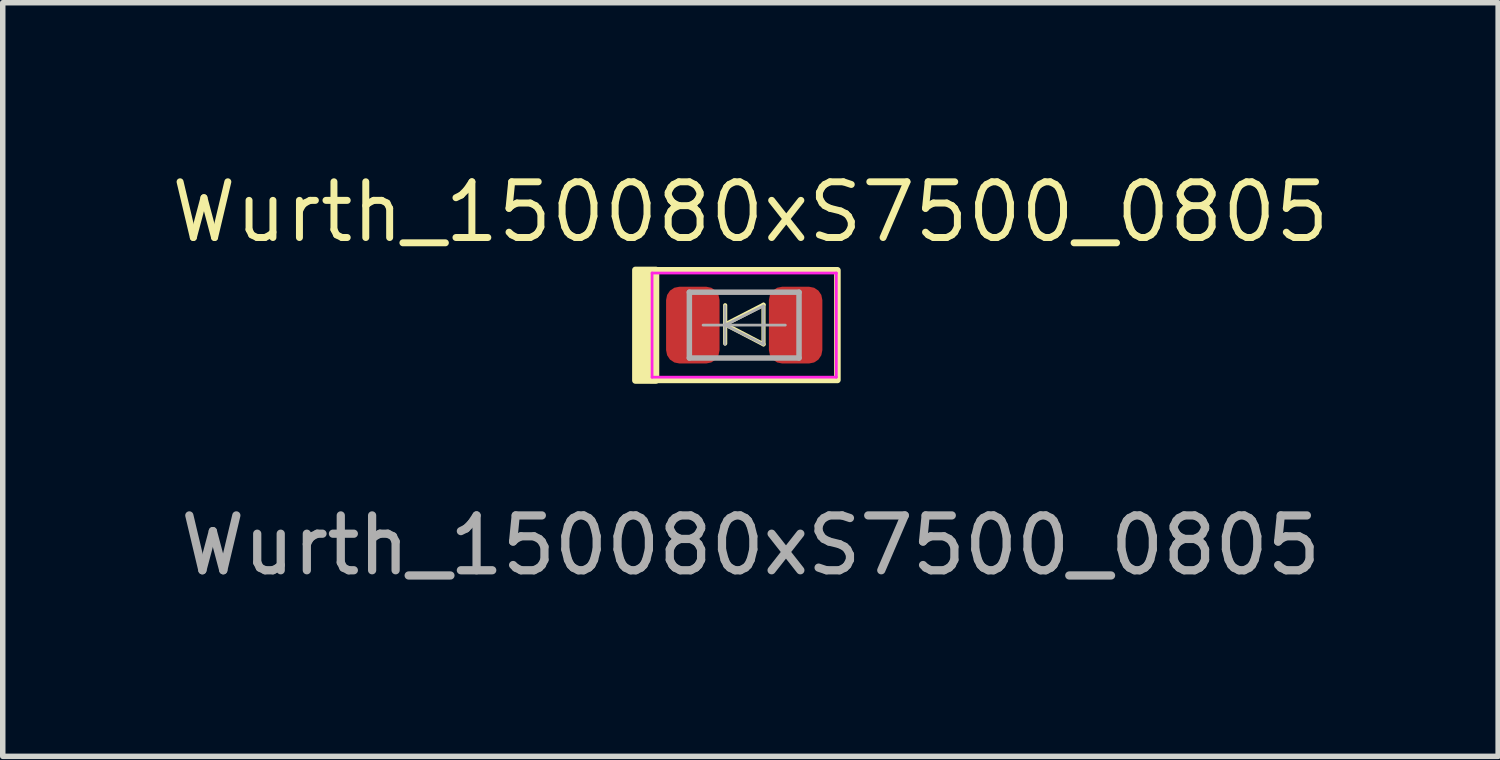
<source format=kicad_pcb>
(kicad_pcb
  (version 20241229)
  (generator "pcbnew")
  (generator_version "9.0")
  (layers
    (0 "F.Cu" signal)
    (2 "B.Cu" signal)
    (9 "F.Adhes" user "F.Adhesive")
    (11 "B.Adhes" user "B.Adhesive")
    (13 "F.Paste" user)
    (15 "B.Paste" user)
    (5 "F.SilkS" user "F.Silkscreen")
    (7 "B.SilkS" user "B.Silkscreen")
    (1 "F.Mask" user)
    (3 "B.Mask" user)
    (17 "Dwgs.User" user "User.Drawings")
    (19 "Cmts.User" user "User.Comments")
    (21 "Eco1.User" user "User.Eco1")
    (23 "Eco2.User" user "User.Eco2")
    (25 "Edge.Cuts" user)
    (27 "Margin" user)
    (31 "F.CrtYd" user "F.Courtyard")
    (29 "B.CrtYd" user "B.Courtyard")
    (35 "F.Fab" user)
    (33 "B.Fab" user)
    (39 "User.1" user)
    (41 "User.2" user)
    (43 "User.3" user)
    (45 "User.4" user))
  (footprint "Wurth_150080xS7500_0805"
    (layer "F.Cu")
    (at 10.636 2.888)
    (property "Reference" "Wurth_150080xS7500_0805" (at 0 -2.07 0) (unlocked yes) (layer "F.SilkS") (effects (font (size 1.016 1.016) (thickness 0.127))))
    (attr through_hole)
    (fp_line (start -0.461 -0.371) (end -0.461 0.327) (stroke (width 0.076) (type default)) (layer "F.SilkS"))
    (fp_line (start 0.238 -0.381) (end -0.461 -0.022) (stroke (width 0.076) (type default)) (layer "F.SilkS"))
    (fp_line (start 0.238 -0.381) (end 0.238 0.342) (stroke (width 0.076) (type default)) (layer "F.SilkS"))
    (fp_line (start 0.238 0.342) (end -0.461 -0.022) (stroke (width 0.076) (type default)) (layer "F.SilkS"))
    (fp_rect (start -2.098 -1.015) (end -1.723 1.001) (stroke (width 0.12) (type solid)) (fill yes) (layer "F.SilkS"))
    (fp_rect (start -1.814 -1.009) (end 1.586 0.991) (stroke (width 0.12) (type solid)) (fill no) (layer "F.SilkS"))
    (fp_line (start -1.794 -0.959) (end 1.566 -0.959) (stroke (width 0.05) (type solid)) (layer "F.CrtYd"))
    (fp_line (start -1.794 0.941) (end -1.794 -0.959) (stroke (width 0.05) (type solid)) (layer "F.CrtYd"))
    (fp_line (start 1.566 -0.959) (end 1.566 0.941) (stroke (width 0.05) (type solid)) (layer "F.CrtYd"))
    (fp_line (start 1.566 0.941) (end -1.794 0.941) (stroke (width 0.05) (type solid)) (layer "F.CrtYd"))
    (fp_line (start -1.114 -0.609) (end -1.114 0.591) (stroke (width 0.1) (type solid)) (layer "F.Fab"))
    (fp_line (start -1.114 0.591) (end 0.886 0.591) (stroke (width 0.1) (type solid)) (layer "F.Fab"))
    (fp_line (start -0.864 -0.009) (end 0.636 -0.009) (stroke (width 0.05) (type default)) (layer "F.Fab"))
    (fp_line (start -0.464 -0.359) (end -0.464 0.341) (stroke (width 0.05) (type default)) (layer "F.Fab"))
    (fp_line (start -0.464 -0.009) (end 0.236 -0.359) (stroke (width 0.05) (type default)) (layer "F.Fab"))
    (fp_line (start 0.236 -0.359) (end 0.236 0.341) (stroke (width 0.05) (type default)) (layer "F.Fab"))
    (fp_line (start 0.236 0.341) (end -0.464 -0.009) (stroke (width 0.05) (type default)) (layer "F.Fab"))
    (fp_line (start 0.886 -0.609) (end -1.114 -0.609) (stroke (width 0.1) (type solid)) (layer "F.Fab"))
    (fp_line (start 0.886 0.591) (end 0.886 -0.609) (stroke (width 0.1) (type solid)) (layer "F.Fab"))
    (fp_text user "${REFERENCE}" (at 0.005 4.007 0) (unlocked yes) (layer "F.Fab") (effects (font (size 1 1) (thickness 0.15))))
    (pad "1" smd roundrect (at -1.051 -0.009) (size 0.975 1.4) (layers "F.Cu" "F.Mask" "F.Paste") (roundrect_rratio 0.25))
    (pad "2" smd roundrect (at 0.824 -0.009) (size 0.975 1.4) (layers "F.Cu" "F.Mask" "F.Paste") (roundrect_rratio 0.25)))
  (gr_rect
    (start -3 -3)
    (end 24.272 10.743)
    (stroke (width 0.1) (type default))
    (fill no)
    (layer "Edge.Cuts")))
</source>
